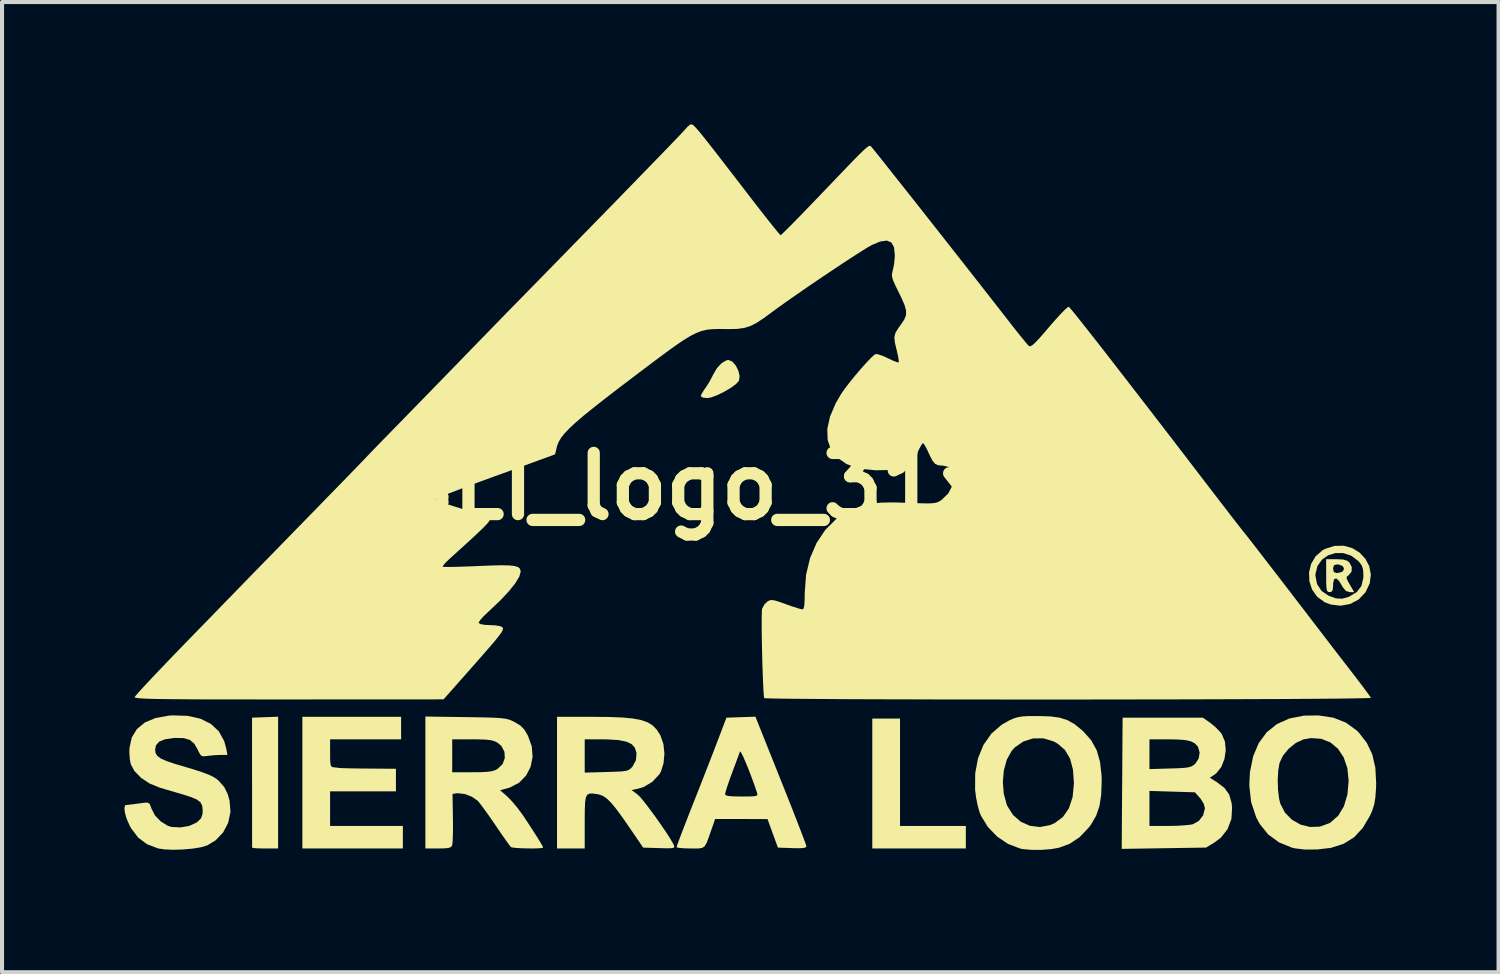
<source format=kicad_pcb>
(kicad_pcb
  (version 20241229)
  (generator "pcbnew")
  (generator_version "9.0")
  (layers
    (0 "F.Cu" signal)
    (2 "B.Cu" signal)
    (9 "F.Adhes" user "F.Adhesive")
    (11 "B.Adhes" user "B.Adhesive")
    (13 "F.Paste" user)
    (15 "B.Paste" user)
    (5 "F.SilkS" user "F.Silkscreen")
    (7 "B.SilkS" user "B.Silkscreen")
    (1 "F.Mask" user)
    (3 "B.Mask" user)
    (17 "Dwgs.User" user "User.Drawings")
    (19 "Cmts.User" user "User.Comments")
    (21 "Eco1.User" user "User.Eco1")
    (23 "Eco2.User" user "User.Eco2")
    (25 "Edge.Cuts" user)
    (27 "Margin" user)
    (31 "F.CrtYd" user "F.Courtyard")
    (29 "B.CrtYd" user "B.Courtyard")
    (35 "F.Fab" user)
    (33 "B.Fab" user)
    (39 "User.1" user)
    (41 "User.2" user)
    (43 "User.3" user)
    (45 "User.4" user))
  (footprint "SLI_logo_31x18"
    (layer "F.Cu")
    (at 15.365 8.877)
    (property "Reference" "SLI_logo_31x18" (at 0 0 0) (layer "F.SilkS") (effects (font (size 1.5 1.5) (thickness 0.3))))
    (attr board_only exclude_from_pos_files exclude_from_bom allow_missing_courtyard)
    (fp_poly (pts (xy 3.653 7.008) (xy 3.653 8.325) (xy 4.46 8.325) (xy 5.267 8.325) (xy 5.267 8.601) (xy 5.267 8.877) (xy 4.12 8.877) (xy 2.973 8.877) (xy 2.973 7.284) (xy 2.973 5.692) (xy 3.313 5.692) (xy 3.653 5.692)) (stroke (width 0) (type solid)) (fill yes) (layer "F.SilkS"))
    (fp_poly (pts (xy -11.596 7.261) (xy -11.596 8.877) (xy -11.914 8.877) (xy -12.067 8.875) (xy -12.179 8.868) (xy -12.232 8.858) (xy -12.233 8.856) (xy -12.233 8.81) (xy -12.234 8.689) (xy -12.234 8.502) (xy -12.234 8.258) (xy -12.234 7.967) (xy -12.234 7.639) (xy -12.234 7.282) (xy -12.235 7.253) (xy -12.235 5.67) (xy -11.915 5.658) (xy -11.596 5.646)) (stroke (width 0) (type solid)) (fill yes) (layer "F.SilkS"))
    (fp_poly (pts (xy -0.461 -3.063) (xy -0.376 -2.967) (xy -0.311 -2.839) (xy -0.28 -2.706) (xy -0.296 -2.595) (xy -0.299 -2.588) (xy -0.372 -2.507) (xy -0.502 -2.413) (xy -0.663 -2.319) (xy -0.831 -2.237) (xy -0.981 -2.182) (xy -1.075 -2.166) (xy -1.18 -2.178) (xy -1.231 -2.209) (xy -1.232 -2.215) (xy -1.208 -2.277) (xy -1.148 -2.373) (xy -1.123 -2.407) (xy -1.035 -2.54) (xy -0.951 -2.695) (xy -0.931 -2.738) (xy -0.837 -2.899) (xy -0.722 -3.023) (xy -0.604 -3.092) (xy -0.553 -3.101)) (stroke (width 0) (type solid)) (fill yes) (layer "F.SilkS"))
    (fp_poly (pts (xy -8.58 5.925) (xy -8.58 6.201) (xy -9.451 6.201) (xy -10.321 6.201) (xy -10.321 6.541) (xy -10.32 6.711) (xy -10.311 6.813) (xy -10.292 6.865) (xy -10.258 6.884) (xy -10.236 6.886) (xy -10.145 6.896) (xy -10.109 6.902) (xy -10.054 6.906) (xy -9.929 6.91) (xy -9.751 6.914) (xy -9.533 6.917) (xy -9.387 6.918) (xy -8.707 6.923) (xy -8.707 7.199) (xy -8.707 7.476) (xy -9.514 7.476) (xy -10.321 7.476) (xy -10.321 7.9) (xy -10.321 8.325) (xy -9.429 8.325) (xy -8.537 8.325) (xy -8.537 8.601) (xy -8.537 8.877) (xy -9.769 8.877) (xy -11.001 8.877) (xy -11.001 7.263) (xy -11.001 5.649) (xy -9.79 5.649) (xy -8.58 5.649)) (stroke (width 0) (type solid)) (fill yes) (layer "F.SilkS"))
    (fp_poly (pts (xy 14.514 1.792) (xy 14.616 1.821) (xy 14.669 1.862) (xy 14.73 1.976) (xy 14.725 2.089) (xy 14.657 2.174) (xy 14.611 2.209) (xy 14.601 2.249) (xy 14.631 2.319) (xy 14.682 2.408) (xy 14.789 2.591) (xy 14.68 2.591) (xy 14.586 2.564) (xy 14.511 2.473) (xy 14.5 2.453) (xy 14.417 2.316) (xy 14.347 2.256) (xy 14.298 2.274) (xy 14.273 2.369) (xy 14.272 2.421) (xy 14.264 2.532) (xy 14.236 2.581) (xy 14.187 2.591) (xy 14.147 2.585) (xy 14.122 2.556) (xy 14.109 2.489) (xy 14.103 2.367) (xy 14.102 2.187) (xy 14.102 2.018) (xy 14.272 2.018) (xy 14.29 2.099) (xy 14.358 2.124) (xy 14.369 2.124) (xy 14.469 2.103) (xy 14.517 2.074) (xy 14.541 2.007) (xy 14.498 1.948) (xy 14.407 1.914) (xy 14.373 1.911) (xy 14.295 1.93) (xy 14.272 2.002) (xy 14.272 2.018) (xy 14.102 2.018) (xy 14.102 1.784) (xy 14.35 1.784)) (stroke (width 0) (type solid)) (fill yes) (layer "F.SilkS"))
    (fp_poly (pts (xy 14.741 1.512) (xy 14.92 1.621) (xy 15.062 1.772) (xy 15.158 1.954) (xy 15.197 2.158) (xy 15.171 2.373) (xy 15.07 2.59) (xy 15.066 2.596) (xy 14.9 2.771) (xy 14.691 2.882) (xy 14.456 2.925) (xy 14.214 2.896) (xy 14.069 2.841) (xy 13.883 2.707) (xy 13.757 2.529) (xy 13.69 2.324) (xy 13.685 2.187) (xy 13.838 2.187) (xy 13.878 2.393) (xy 13.99 2.563) (xy 14.158 2.678) (xy 14.339 2.744) (xy 14.492 2.753) (xy 14.651 2.709) (xy 14.666 2.703) (xy 14.853 2.59) (xy 14.967 2.44) (xy 15.013 2.243) (xy 15.015 2.187) (xy 15.007 2.039) (xy 14.975 1.938) (xy 14.906 1.846) (xy 14.891 1.83) (xy 14.717 1.699) (xy 14.526 1.635) (xy 14.332 1.633) (xy 14.151 1.688) (xy 13.999 1.795) (xy 13.89 1.948) (xy 13.84 2.143) (xy 13.838 2.187) (xy 13.685 2.187) (xy 13.682 2.108) (xy 13.733 1.899) (xy 13.843 1.713) (xy 14.012 1.566) (xy 14.072 1.533) (xy 14.307 1.458) (xy 14.533 1.454)) (stroke (width 0) (type solid)) (fill yes) (layer "F.SilkS"))
    (fp_poly (pts (xy 14.278 5.67) (xy 14.588 5.793) (xy 14.851 5.984) (xy 14.901 6.033) (xy 15.097 6.285) (xy 15.232 6.57) (xy 15.308 6.899) (xy 15.328 7.283) (xy 15.324 7.416) (xy 15.307 7.633) (xy 15.279 7.8) (xy 15.231 7.95) (xy 15.175 8.076) (xy 14.998 8.375) (xy 14.786 8.603) (xy 14.529 8.763) (xy 14.22 8.862) (xy 13.878 8.902) (xy 13.573 8.903) (xy 13.333 8.874) (xy 13.26 8.856) (xy 12.942 8.726) (xy 12.678 8.531) (xy 12.472 8.274) (xy 12.386 8.113) (xy 12.262 7.739) (xy 12.217 7.332) (xy 12.223 7.194) (xy 12.914 7.194) (xy 12.921 7.436) (xy 12.947 7.653) (xy 12.978 7.78) (xy 13.093 8.001) (xy 13.264 8.173) (xy 13.474 8.292) (xy 13.706 8.35) (xy 13.944 8.342) (xy 14.171 8.261) (xy 14.205 8.242) (xy 14.397 8.074) (xy 14.537 7.843) (xy 14.623 7.554) (xy 14.653 7.221) (xy 14.622 6.91) (xy 14.532 6.645) (xy 14.391 6.432) (xy 14.206 6.277) (xy 13.983 6.188) (xy 13.731 6.17) (xy 13.547 6.202) (xy 13.362 6.287) (xy 13.186 6.428) (xy 13.043 6.6) (xy 12.96 6.775) (xy 12.927 6.963) (xy 12.914 7.194) (xy 12.223 7.194) (xy 12.233 7.006) (xy 12.311 6.619) (xy 12.448 6.293) (xy 12.644 6.028) (xy 12.895 5.827) (xy 13.2 5.69) (xy 13.557 5.62) (xy 13.917 5.615)) (stroke (width 0) (type solid)) (fill yes) (layer "F.SilkS"))
    (fp_poly (pts (xy 11.262 5.799) (xy 11.392 5.905) (xy 11.506 6.024) (xy 11.542 6.071) (xy 11.619 6.253) (xy 11.64 6.465) (xy 11.608 6.682) (xy 11.53 6.88) (xy 11.408 7.033) (xy 11.361 7.069) (xy 11.249 7.142) (xy 11.434 7.259) (xy 11.612 7.397) (xy 11.723 7.553) (xy 11.781 7.751) (xy 11.796 7.875) (xy 11.778 8.155) (xy 11.683 8.405) (xy 11.518 8.614) (xy 11.366 8.728) (xy 11.158 8.855) (xy 10.123 8.871) (xy 9.089 8.887) (xy 9.098 7.466) (xy 9.769 7.466) (xy 9.769 7.895) (xy 9.769 8.325) (xy 10.226 8.325) (xy 10.432 8.321) (xy 10.622 8.31) (xy 10.769 8.295) (xy 10.832 8.283) (xy 10.98 8.201) (xy 11.085 8.064) (xy 11.128 7.897) (xy 11.128 7.884) (xy 11.1 7.782) (xy 11.03 7.666) (xy 11.006 7.637) (xy 10.884 7.5) (xy 10.326 7.483) (xy 9.769 7.466) (xy 9.098 7.466) (xy 9.1 7.279) (xy 9.107 6.201) (xy 9.769 6.201) (xy 9.769 6.566) (xy 9.769 6.931) (xy 10.276 6.916) (xy 10.494 6.909) (xy 10.644 6.899) (xy 10.745 6.883) (xy 10.813 6.858) (xy 10.867 6.821) (xy 10.892 6.799) (xy 10.976 6.672) (xy 11 6.525) (xy 10.961 6.389) (xy 10.947 6.368) (xy 10.876 6.297) (xy 10.782 6.249) (xy 10.649 6.219) (xy 10.461 6.205) (xy 10.239 6.201) (xy 9.769 6.201) (xy 9.107 6.201) (xy 9.111 5.67) (xy 10.095 5.67) (xy 11.079 5.67)) (stroke (width 0) (type solid)) (fill yes) (layer "F.SilkS"))
    (fp_poly (pts (xy 0.733 7.21) (xy 0.871 7.555) (xy 0.998 7.876) (xy 1.111 8.165) (xy 1.207 8.413) (xy 1.282 8.61) (xy 1.334 8.749) (xy 1.358 8.821) (xy 1.359 8.827) (xy 1.334 8.855) (xy 1.252 8.869) (xy 1.102 8.871) (xy 1.009 8.868) (xy 0.659 8.856) (xy 0.531 8.506) (xy 0.404 8.156) (xy -0.239 8.155) (xy -0.881 8.155) (xy -0.973 8.421) (xy -1.041 8.616) (xy -1.092 8.747) (xy -1.14 8.825) (xy -1.2 8.864) (xy -1.288 8.877) (xy -1.417 8.878) (xy -1.486 8.877) (xy -1.644 8.873) (xy -1.763 8.863) (xy -1.823 8.847) (xy -1.826 8.843) (xy -1.811 8.795) (xy -1.769 8.68) (xy -1.704 8.507) (xy -1.619 8.287) (xy -1.52 8.032) (xy -1.417 7.77) (xy -1.328 7.545) (xy -0.637 7.545) (xy -0.618 7.573) (xy -0.551 7.591) (xy -0.424 7.6) (xy -0.231 7.603) (xy -0.043 7.602) (xy 0.074 7.597) (xy 0.135 7.584) (xy 0.156 7.561) (xy 0.15 7.523) (xy 0.148 7.516) (xy 0.086 7.33) (xy 0.014 7.133) (xy -0.06 6.939) (xy -0.132 6.764) (xy -0.194 6.622) (xy -0.242 6.528) (xy -0.268 6.496) (xy -0.271 6.499) (xy -0.294 6.562) (xy -0.34 6.687) (xy -0.402 6.854) (xy -0.466 7.025) (xy -0.534 7.213) (xy -0.589 7.375) (xy -0.625 7.492) (xy -0.637 7.545) (xy -1.328 7.545) (xy -1.292 7.455) (xy -1.166 7.133) (xy -1.045 6.822) (xy -0.936 6.542) (xy -0.847 6.31) (xy -0.805 6.201) (xy -0.603 5.67) (xy -0.248 5.658) (xy 0.108 5.646)) (stroke (width 0) (type solid)) (fill yes) (layer "F.SilkS"))
    (fp_poly (pts (xy 7.051 5.63) (xy 7.342 5.639) (xy 7.571 5.671) (xy 7.76 5.731) (xy 7.931 5.828) (xy 8.106 5.969) (xy 8.152 6.011) (xy 8.342 6.226) (xy 8.475 6.467) (xy 8.557 6.751) (xy 8.595 7.092) (xy 8.598 7.221) (xy 8.586 7.561) (xy 8.543 7.839) (xy 8.461 8.076) (xy 8.337 8.29) (xy 8.281 8.364) (xy 8.056 8.601) (xy 7.807 8.765) (xy 7.554 8.858) (xy 7.359 8.893) (xy 7.122 8.911) (xy 6.879 8.911) (xy 6.669 8.893) (xy 6.6 8.879) (xy 6.305 8.768) (xy 6.035 8.586) (xy 5.808 8.351) (xy 5.64 8.078) (xy 5.607 7.998) (xy 5.558 7.829) (xy 5.517 7.622) (xy 5.494 7.437) (xy 5.495 7.249) (xy 6.174 7.249) (xy 6.197 7.537) (xy 6.27 7.802) (xy 6.285 7.837) (xy 6.425 8.058) (xy 6.615 8.222) (xy 6.838 8.321) (xy 7.082 8.351) (xy 7.329 8.305) (xy 7.442 8.257) (xy 7.647 8.105) (xy 7.795 7.89) (xy 7.885 7.617) (xy 7.917 7.285) (xy 7.917 7.284) (xy 7.895 6.948) (xy 7.823 6.677) (xy 7.699 6.465) (xy 7.52 6.308) (xy 7.415 6.25) (xy 7.166 6.176) (xy 6.913 6.179) (xy 6.675 6.255) (xy 6.468 6.399) (xy 6.387 6.49) (xy 6.271 6.701) (xy 6.199 6.962) (xy 6.174 7.249) (xy 5.495 7.249) (xy 5.497 7.032) (xy 5.566 6.664) (xy 5.699 6.338) (xy 5.892 6.063) (xy 6.142 5.845) (xy 6.329 5.738) (xy 6.44 5.689) (xy 6.543 5.658) (xy 6.66 5.639) (xy 6.813 5.631) (xy 7.027 5.63)) (stroke (width 0) (type solid)) (fill yes) (layer "F.SilkS"))
    (fp_poly (pts (xy -3.488 5.653) (xy -3.162 5.665) (xy -2.901 5.69) (xy -2.696 5.728) (xy -2.536 5.784) (xy -2.413 5.86) (xy -2.316 5.959) (xy -2.235 6.083) (xy -2.217 6.117) (xy -2.148 6.32) (xy -2.124 6.553) (xy -2.145 6.786) (xy -2.208 6.989) (xy -2.247 7.057) (xy -2.418 7.241) (xy -2.631 7.369) (xy -2.778 7.414) (xy -2.932 7.443) (xy -2.781 7.555) (xy -2.713 7.622) (xy -2.611 7.746) (xy -2.486 7.909) (xy -2.348 8.096) (xy -2.211 8.291) (xy -2.083 8.478) (xy -1.978 8.641) (xy -1.907 8.765) (xy -1.886 8.81) (xy -1.881 8.843) (xy -1.908 8.863) (xy -1.98 8.872) (xy -2.112 8.872) (xy -2.252 8.868) (xy -2.645 8.856) (xy -2.978 8.368) (xy -3.164 8.1) (xy -3.315 7.896) (xy -3.438 7.748) (xy -3.542 7.648) (xy -3.636 7.586) (xy -3.726 7.554) (xy -3.749 7.549) (xy -3.868 7.531) (xy -3.954 7.53) (xy -4.013 7.557) (xy -4.049 7.622) (xy -4.068 7.736) (xy -4.076 7.912) (xy -4.078 8.158) (xy -4.078 8.224) (xy -4.078 8.877) (xy -4.417 8.877) (xy -4.757 8.877) (xy -4.757 7.263) (xy -4.757 6.201) (xy -4.078 6.201) (xy -4.078 6.609) (xy -4.078 7.017) (xy -3.543 7.002) (xy -3.321 6.995) (xy -3.168 6.987) (xy -3.066 6.974) (xy -3 6.952) (xy -2.952 6.918) (xy -2.907 6.869) (xy -2.906 6.868) (xy -2.822 6.712) (xy -2.808 6.538) (xy -2.849 6.407) (xy -2.927 6.319) (xy -3.059 6.257) (xy -3.252 6.219) (xy -3.516 6.203) (xy -3.63 6.201) (xy -4.078 6.201) (xy -4.757 6.201) (xy -4.757 5.649) (xy -3.889 5.649)) (stroke (width 0) (type solid)) (fill yes) (layer "F.SilkS"))
    (fp_poly (pts (xy -6.996 5.656) (xy -6.68 5.661) (xy -6.437 5.666) (xy -6.254 5.673) (xy -6.118 5.683) (xy -6.017 5.696) (xy -5.939 5.715) (xy -5.872 5.741) (xy -5.802 5.775) (xy -5.797 5.777) (xy -5.656 5.862) (xy -5.557 5.964) (xy -5.469 6.114) (xy -5.376 6.375) (xy -5.356 6.634) (xy -5.405 6.877) (xy -5.517 7.091) (xy -5.686 7.264) (xy -5.909 7.381) (xy -5.97 7.4) (xy -6.153 7.449) (xy -5.968 7.611) (xy -5.861 7.722) (xy -5.731 7.877) (xy -5.601 8.052) (xy -5.552 8.124) (xy -5.372 8.399) (xy -5.236 8.611) (xy -5.145 8.76) (xy -5.101 8.841) (xy -5.097 8.855) (xy -5.136 8.867) (xy -5.236 8.874) (xy -5.376 8.877) (xy -5.533 8.875) (xy -5.684 8.869) (xy -5.806 8.86) (xy -5.876 8.848) (xy -5.883 8.845) (xy -5.921 8.8) (xy -5.996 8.698) (xy -6.099 8.552) (xy -6.219 8.377) (xy -6.262 8.313) (xy -6.393 8.122) (xy -6.516 7.949) (xy -6.619 7.809) (xy -6.691 7.72) (xy -6.703 7.707) (xy -6.844 7.609) (xy -7.02 7.542) (xy -7.189 7.522) (xy -7.219 7.525) (xy -7.319 7.539) (xy -7.31 8.134) (xy -7.308 8.356) (xy -7.311 8.551) (xy -7.317 8.702) (xy -7.326 8.791) (xy -7.329 8.803) (xy -7.358 8.842) (xy -7.421 8.865) (xy -7.536 8.875) (xy -7.671 8.877) (xy -7.985 8.877) (xy -7.985 7.26) (xy -7.985 6.201) (xy -7.327 6.201) (xy -7.327 6.605) (xy -7.327 7.008) (xy -6.838 7.008) (xy -6.615 7.006) (xy -6.457 6.997) (xy -6.346 6.98) (xy -6.263 6.952) (xy -6.214 6.925) (xy -6.092 6.808) (xy -6.037 6.66) (xy -6.047 6.504) (xy -6.123 6.362) (xy -6.216 6.284) (xy -6.29 6.247) (xy -6.381 6.222) (xy -6.507 6.208) (xy -6.687 6.202) (xy -6.838 6.201) (xy -7.327 6.201) (xy -7.985 6.201) (xy -7.985 5.642)) (stroke (width 0) (type solid)) (fill yes) (layer "F.SilkS"))
    (fp_poly (pts (xy -13.815 5.625) (xy -13.501 5.695) (xy -13.245 5.822) (xy -13.05 6.004) (xy -12.919 6.241) (xy -12.868 6.424) (xy -12.839 6.584) (xy -13.014 6.584) (xy -13.171 6.591) (xy -13.323 6.607) (xy -13.338 6.609) (xy -13.434 6.619) (xy -13.491 6.594) (xy -13.539 6.516) (xy -13.562 6.464) (xy -13.65 6.31) (xy -13.76 6.215) (xy -13.911 6.171) (xy -14.121 6.167) (xy -14.152 6.169) (xy -14.37 6.2) (xy -14.514 6.259) (xy -14.592 6.351) (xy -14.611 6.456) (xy -14.6 6.539) (xy -14.557 6.608) (xy -14.472 6.671) (xy -14.333 6.733) (xy -14.13 6.802) (xy -13.951 6.855) (xy -13.668 6.939) (xy -13.454 7.009) (xy -13.295 7.069) (xy -13.179 7.125) (xy -13.093 7.182) (xy -13.05 7.219) (xy -12.918 7.37) (xy -12.832 7.541) (xy -12.786 7.705) (xy -12.764 7.982) (xy -12.82 8.247) (xy -12.944 8.484) (xy -13.13 8.679) (xy -13.334 8.802) (xy -13.485 8.847) (xy -13.694 8.881) (xy -13.932 8.902) (xy -14.173 8.909) (xy -14.389 8.899) (xy -14.538 8.876) (xy -14.81 8.773) (xy -15.027 8.611) (xy -15.201 8.38) (xy -15.242 8.304) (xy -15.31 8.146) (xy -15.352 8.001) (xy -15.365 7.886) (xy -15.346 7.82) (xy -15.328 7.812) (xy -15.288 7.809) (xy -15.229 7.802) (xy -15.132 7.79) (xy -14.978 7.769) (xy -14.882 7.756) (xy -14.795 7.752) (xy -14.745 7.785) (xy -14.708 7.878) (xy -14.701 7.9) (xy -14.614 8.068) (xy -14.471 8.217) (xy -14.301 8.321) (xy -14.208 8.349) (xy -13.99 8.361) (xy -13.775 8.323) (xy -13.597 8.242) (xy -13.571 8.223) (xy -13.484 8.134) (xy -13.449 8.031) (xy -13.445 7.949) (xy -13.456 7.834) (xy -13.497 7.748) (xy -13.583 7.68) (xy -13.727 7.618) (xy -13.911 7.559) (xy -14.117 7.498) (xy -14.344 7.432) (xy -14.498 7.386) (xy -14.746 7.285) (xy -14.96 7.142) (xy -15.122 6.973) (xy -15.209 6.809) (xy -15.233 6.681) (xy -15.243 6.515) (xy -15.24 6.41) (xy -15.184 6.156) (xy -15.058 5.949) (xy -14.865 5.789) (xy -14.606 5.68) (xy -14.283 5.621) (xy -14.185 5.614)) (stroke (width 0) (type solid)) (fill yes) (layer "F.SilkS"))
    (fp_poly (pts (xy -1.445 -8.874) (xy -1.419 -8.859) (xy -1.384 -8.827) (xy -1.334 -8.774) (xy -1.264 -8.692) (xy -1.171 -8.578) (xy -1.05 -8.425) (xy -0.896 -8.229) (xy -0.705 -7.982) (xy -0.473 -7.681) (xy -0.194 -7.32) (xy -0.108 -7.207) (xy 0.092 -6.948) (xy 0.275 -6.713) (xy 0.435 -6.509) (xy 0.566 -6.345) (xy 0.662 -6.228) (xy 0.716 -6.166) (xy 0.724 -6.159) (xy 0.759 -6.188) (xy 0.845 -6.272) (xy 0.975 -6.401) (xy 1.14 -6.569) (xy 1.333 -6.768) (xy 1.547 -6.99) (xy 1.595 -7.04) (xy 1.906 -7.364) (xy 2.162 -7.632) (xy 2.37 -7.849) (xy 2.535 -8.019) (xy 2.663 -8.149) (xy 2.759 -8.241) (xy 2.828 -8.303) (xy 2.875 -8.338) (xy 2.907 -8.352) (xy 2.928 -8.349) (xy 2.943 -8.335) (xy 2.959 -8.314) (xy 2.971 -8.301) (xy 3.01 -8.255) (xy 3.096 -8.148) (xy 3.224 -7.988) (xy 3.388 -7.781) (xy 3.584 -7.533) (xy 3.806 -7.253) (xy 4.049 -6.946) (xy 4.307 -6.619) (xy 4.575 -6.278) (xy 4.848 -5.931) (xy 5.121 -5.584) (xy 5.388 -5.244) (xy 5.644 -4.917) (xy 5.883 -4.611) (xy 6.102 -4.331) (xy 6.293 -4.086) (xy 6.336 -4.03) (xy 6.482 -3.844) (xy 6.613 -3.68) (xy 6.72 -3.549) (xy 6.791 -3.466) (xy 6.812 -3.445) (xy 6.844 -3.436) (xy 6.893 -3.459) (xy 6.965 -3.523) (xy 7.07 -3.633) (xy 7.215 -3.799) (xy 7.307 -3.908) (xy 7.458 -4.081) (xy 7.592 -4.228) (xy 7.699 -4.337) (xy 7.769 -4.397) (xy 7.789 -4.406) (xy 7.825 -4.369) (xy 7.911 -4.267) (xy 8.044 -4.101) (xy 8.224 -3.874) (xy 8.449 -3.588) (xy 8.716 -3.246) (xy 9.024 -2.848) (xy 9.372 -2.399) (xy 9.758 -1.899) (xy 10.181 -1.35) (xy 10.637 -0.756) (xy 11.126 -0.118) (xy 11.2 -0.021) (xy 11.401 0.24) (xy 11.592 0.488) (xy 11.765 0.713) (xy 11.913 0.904) (xy 12.027 1.05) (xy 12.099 1.141) (xy 12.104 1.147) (xy 12.177 1.239) (xy 12.298 1.393) (xy 12.462 1.605) (xy 12.665 1.868) (xy 12.905 2.179) (xy 13.176 2.531) (xy 13.474 2.92) (xy 13.796 3.34) (xy 13.953 3.545) (xy 14.084 3.715) (xy 14.249 3.931) (xy 14.433 4.17) (xy 14.619 4.41) (xy 14.718 4.538) (xy 14.868 4.734) (xy 15.001 4.909) (xy 15.106 5.05) (xy 15.175 5.146) (xy 15.199 5.184) (xy 15.159 5.188) (xy 15.039 5.192) (xy 14.845 5.196) (xy 14.582 5.2) (xy 14.254 5.204) (xy 13.868 5.207) (xy 13.428 5.21) (xy 12.94 5.213) (xy 12.409 5.215) (xy 11.84 5.217) (xy 11.238 5.219) (xy 10.609 5.221) (xy 9.958 5.222) (xy 9.29 5.223) (xy 8.61 5.224) (xy 7.923 5.225) (xy 7.236 5.225) (xy 6.552 5.225) (xy 5.878 5.224) (xy 5.218 5.224) (xy 4.578 5.223) (xy 3.962 5.221) (xy 3.377 5.22) (xy 2.828 5.218) (xy 2.319 5.216) (xy 1.855 5.213) (xy 1.443 5.21) (xy 1.087 5.207) (xy 0.793 5.204) (xy 0.566 5.2) (xy 0.41 5.196) (xy 0.332 5.192) (xy 0.323 5.19) (xy 0.314 5.135) (xy 0.305 5.01) (xy 0.296 4.828) (xy 0.287 4.604) (xy 0.278 4.352) (xy 0.272 4.086) (xy 0.266 3.821) (xy 0.262 3.57) (xy 0.261 3.348) (xy 0.262 3.168) (xy 0.266 3.047) (xy 0.27 3.002) (xy 0.328 2.893) (xy 0.399 2.824) (xy 0.453 2.794) (xy 0.511 2.785) (xy 0.594 2.799) (xy 0.72 2.839) (xy 0.852 2.887) (xy 1.017 2.945) (xy 1.155 2.989) (xy 1.244 3.013) (xy 1.261 3.016) (xy 1.288 2.994) (xy 1.306 2.919) (xy 1.314 2.782) (xy 1.317 2.601) (xy 1.35 2.163) (xy 1.448 1.756) (xy 1.606 1.388) (xy 1.818 1.069) (xy 2.08 0.807) (xy 2.364 0.623) (xy 2.564 0.531) (xy 2.757 0.464) (xy 2.96 0.421) (xy 3.193 0.397) (xy 3.473 0.392) (xy 3.818 0.401) (xy 3.824 0.401) (xy 4.084 0.411) (xy 4.273 0.416) (xy 4.407 0.415) (xy 4.5 0.406) (xy 4.567 0.39) (xy 4.623 0.363) (xy 4.673 0.33) (xy 4.834 0.175) (xy 4.938 -0.025) (xy 4.969 -0.22) (xy 4.94 -0.379) (xy 4.853 -0.476) (xy 4.708 -0.51) (xy 4.701 -0.51) (xy 4.592 -0.519) (xy 4.514 -0.553) (xy 4.449 -0.631) (xy 4.379 -0.767) (xy 4.356 -0.819) (xy 4.295 -0.946) (xy 4.244 -1.033) (xy 4.216 -1.062) (xy 4.183 -1.026) (xy 4.13 -0.932) (xy 4.07 -0.806) (xy 3.992 -0.656) (xy 3.903 -0.55) (xy 3.786 -0.48) (xy 3.622 -0.435) (xy 3.393 -0.405) (xy 3.352 -0.402) (xy 3.059 -0.396) (xy 2.767 -0.425) (xy 2.505 -0.485) (xy 2.338 -0.552) (xy 2.112 -0.708) (xy 1.958 -0.906) (xy 1.878 -1.141) (xy 1.87 -1.411) (xy 1.936 -1.711) (xy 2.076 -2.038) (xy 2.206 -2.263) (xy 2.295 -2.392) (xy 2.415 -2.548) (xy 2.553 -2.718) (xy 2.696 -2.886) (xy 2.831 -3.037) (xy 2.946 -3.157) (xy 3.028 -3.231) (xy 3.05 -3.245) (xy 3.114 -3.24) (xy 3.227 -3.202) (xy 3.353 -3.145) (xy 3.482 -3.084) (xy 3.579 -3.047) (xy 3.622 -3.041) (xy 3.622 -3.09) (xy 3.604 -3.198) (xy 3.571 -3.344) (xy 3.565 -3.365) (xy 3.525 -3.538) (xy 3.515 -3.661) (xy 3.54 -3.764) (xy 3.608 -3.877) (xy 3.677 -3.971) (xy 3.758 -4.092) (xy 3.8 -4.2) (xy 3.801 -4.315) (xy 3.761 -4.457) (xy 3.678 -4.644) (xy 3.631 -4.74) (xy 3.541 -4.922) (xy 3.485 -5.048) (xy 3.458 -5.137) (xy 3.455 -5.208) (xy 3.47 -5.282) (xy 3.477 -5.305) (xy 3.507 -5.45) (xy 3.524 -5.622) (xy 3.525 -5.683) (xy 3.505 -5.867) (xy 3.44 -5.982) (xy 3.329 -6.028) (xy 3.17 -6.006) (xy 2.963 -5.92) (xy 2.858 -5.861) (xy 2.696 -5.76) (xy 2.487 -5.626) (xy 2.242 -5.466) (xy 1.974 -5.288) (xy 1.693 -5.099) (xy 1.411 -4.907) (xy 1.139 -4.72) (xy 0.889 -4.545) (xy 0.672 -4.391) (xy 0.524 -4.282) (xy 0.304 -4.121) (xy 0.129 -4.006) (xy -0.022 -3.93) (xy -0.17 -3.885) (xy -0.336 -3.863) (xy -0.541 -3.858) (xy -0.67 -3.859) (xy -0.828 -3.86) (xy -0.965 -3.855) (xy -1.091 -3.841) (xy -1.214 -3.811) (xy -1.343 -3.762) (xy -1.485 -3.69) (xy -1.65 -3.59) (xy -1.846 -3.457) (xy -2.082 -3.287) (xy -2.366 -3.076) (xy -2.707 -2.819) (xy -2.803 -2.746) (xy -3.22 -2.43) (xy -3.572 -2.159) (xy -3.867 -1.927) (xy -4.109 -1.731) (xy -4.304 -1.564) (xy -4.456 -1.422) (xy -4.572 -1.301) (xy -4.656 -1.194) (xy -4.714 -1.097) (xy -4.752 -1.006) (xy -4.774 -0.918) (xy -4.794 -0.828) (xy -4.808 -0.786) (xy -4.85 -0.77) (xy -4.962 -0.728) (xy -5.137 -0.665) (xy -5.364 -0.582) (xy -5.636 -0.483) (xy -5.942 -0.372) (xy -6.275 -0.252) (xy -6.28 -0.25) (xy -6.613 -0.129) (xy -6.919 -0.016) (xy -7.189 0.087) (xy -7.415 0.174) (xy -7.588 0.244) (xy -7.698 0.292) (xy -7.737 0.316) (xy -7.737 0.316) (xy -7.698 0.341) (xy -7.591 0.384) (xy -7.43 0.441) (xy -7.23 0.505) (xy -7.106 0.543) (xy -6.885 0.611) (xy -6.689 0.675) (xy -6.537 0.73) (xy -6.442 0.77) (xy -6.421 0.784) (xy -6.408 0.802) (xy -6.409 0.827) (xy -6.43 0.865) (xy -6.477 0.922) (xy -6.555 1.003) (xy -6.671 1.115) (xy -6.83 1.264) (xy -7.039 1.455) (xy -7.303 1.695) (xy -7.409 1.791) (xy -7.5 1.88) (xy -7.553 1.946) (xy -7.56 1.969) (xy -7.513 1.973) (xy -7.394 1.974) (xy -7.217 1.971) (xy -6.995 1.964) (xy -6.74 1.954) (xy -6.699 1.952) (xy -6.371 1.939) (xy -6.117 1.933) (xy -5.93 1.937) (xy -5.799 1.951) (xy -5.715 1.976) (xy -5.669 2.014) (xy -5.651 2.067) (xy -5.649 2.095) (xy -5.683 2.214) (xy -5.781 2.375) (xy -5.937 2.57) (xy -6.145 2.792) (xy -6.4 3.035) (xy -6.437 3.068) (xy -6.555 3.181) (xy -6.64 3.276) (xy -6.678 3.339) (xy -6.678 3.348) (xy -6.627 3.378) (xy -6.509 3.396) (xy -6.421 3.399) (xy -6.276 3.406) (xy -6.161 3.424) (xy -6.116 3.44) (xy -6.091 3.461) (xy -6.082 3.489) (xy -6.094 3.533) (xy -6.132 3.597) (xy -6.202 3.691) (xy -6.308 3.821) (xy -6.456 3.993) (xy -6.651 4.216) (xy -6.86 4.453) (xy -7.539 5.221) (xy -11.333 5.223) (xy -11.998 5.223) (xy -12.582 5.222) (xy -13.091 5.222) (xy -13.529 5.221) (xy -13.903 5.219) (xy -14.215 5.216) (xy -14.472 5.213) (xy -14.677 5.209) (xy -14.837 5.204) (xy -14.955 5.197) (xy -15.037 5.19) (xy -15.087 5.182) (xy -15.11 5.173) (xy -15.114 5.165) (xy -15.082 5.123) (xy -14.997 5.027) (xy -14.865 4.883) (xy -14.692 4.698) (xy -14.485 4.48) (xy -14.249 4.233) (xy -13.991 3.966) (xy -13.847 3.817) (xy -13.574 3.536) (xy -13.314 3.27) (xy -13.075 3.024) (xy -12.864 2.806) (xy -12.687 2.625) (xy -12.552 2.486) (xy -12.466 2.397) (xy -12.445 2.376) (xy -12.385 2.314) (xy -12.272 2.198) (xy -12.114 2.036) (xy -11.916 1.833) (xy -11.686 1.598) (xy -11.431 1.336) (xy -11.157 1.055) (xy -10.937 0.83) (xy -10.654 0.54) (xy -10.386 0.264) (xy -10.138 0.01) (xy -9.919 -0.215) (xy -9.734 -0.406) (xy -9.59 -0.555) (xy -9.493 -0.655) (xy -9.455 -0.695) (xy -9.393 -0.761) (xy -9.28 -0.878) (xy -9.127 -1.036) (xy -8.941 -1.226) (xy -8.734 -1.439) (xy -8.52 -1.658) (xy -8.259 -1.926) (xy -7.973 -2.219) (xy -7.682 -2.518) (xy -7.404 -2.804) (xy -7.157 -3.058) (xy -7.052 -3.166) (xy -6.837 -3.388) (xy -6.579 -3.653) (xy -6.295 -3.945) (xy -6.003 -4.245) (xy -5.719 -4.535) (xy -5.522 -4.736) (xy -4.879 -5.393) (xy -4.292 -5.994) (xy -3.76 -6.538) (xy -3.285 -7.025) (xy -2.867 -7.455) (xy -2.506 -7.827) (xy -2.202 -8.14) (xy -1.957 -8.394) (xy -1.769 -8.59) (xy -1.641 -8.726) (xy -1.572 -8.802) (xy -1.559 -8.818) (xy -1.495 -8.871) (xy -1.464 -8.877)) (stroke (width 0) (type solid)) (fill yes) (layer "F.SilkS")))
  (gr_rect
    (start -3 -3)
    (end 33.694 20.789)
    (stroke (width 0.1) (type default))
    (fill no)
    (layer "Edge.Cuts")))
</source>
